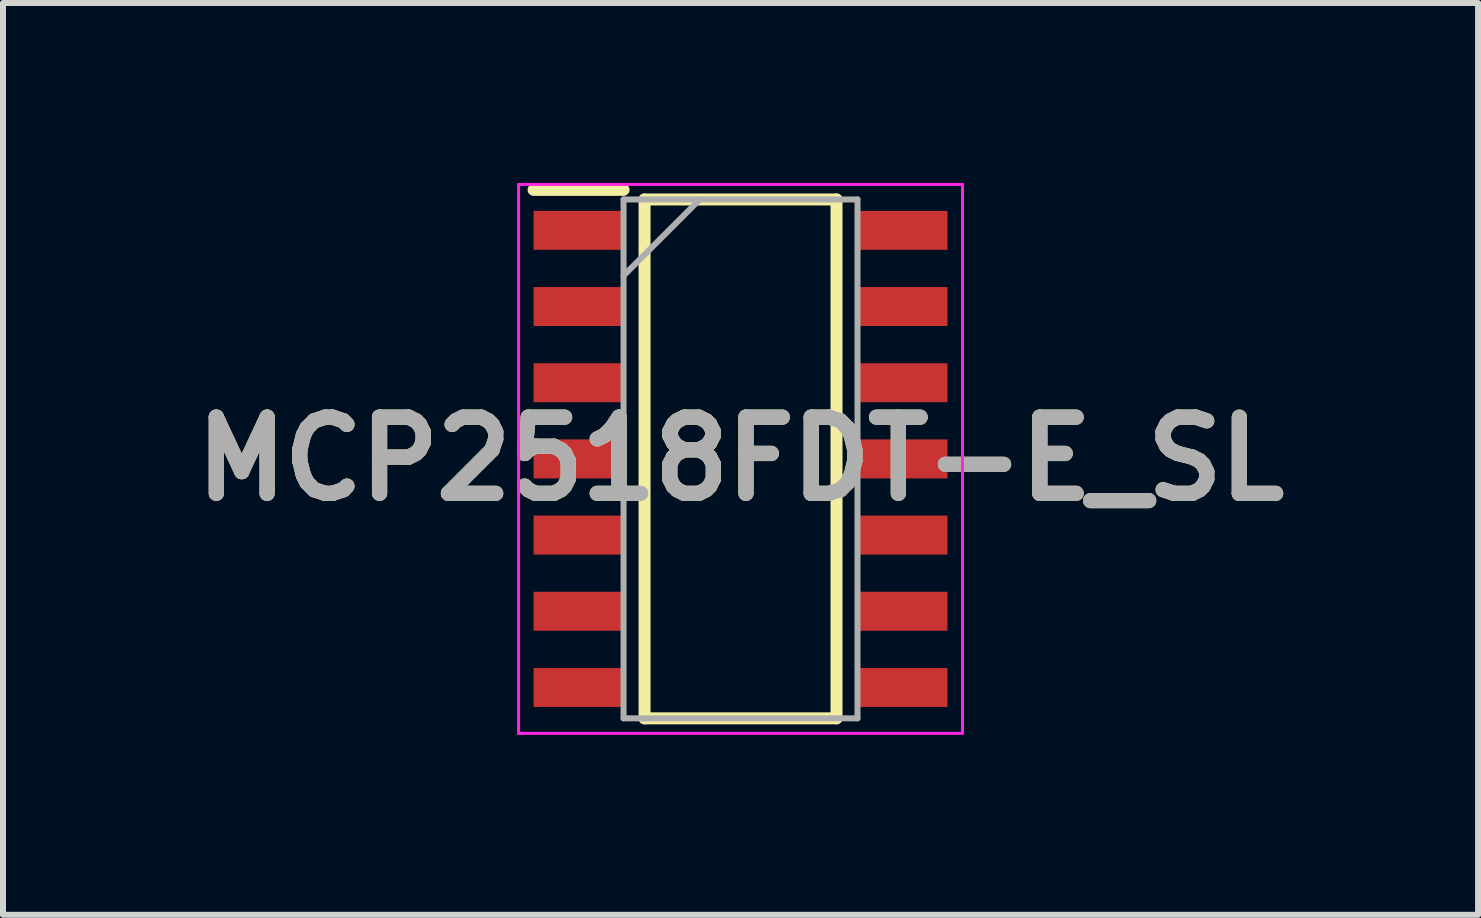
<source format=kicad_pcb>
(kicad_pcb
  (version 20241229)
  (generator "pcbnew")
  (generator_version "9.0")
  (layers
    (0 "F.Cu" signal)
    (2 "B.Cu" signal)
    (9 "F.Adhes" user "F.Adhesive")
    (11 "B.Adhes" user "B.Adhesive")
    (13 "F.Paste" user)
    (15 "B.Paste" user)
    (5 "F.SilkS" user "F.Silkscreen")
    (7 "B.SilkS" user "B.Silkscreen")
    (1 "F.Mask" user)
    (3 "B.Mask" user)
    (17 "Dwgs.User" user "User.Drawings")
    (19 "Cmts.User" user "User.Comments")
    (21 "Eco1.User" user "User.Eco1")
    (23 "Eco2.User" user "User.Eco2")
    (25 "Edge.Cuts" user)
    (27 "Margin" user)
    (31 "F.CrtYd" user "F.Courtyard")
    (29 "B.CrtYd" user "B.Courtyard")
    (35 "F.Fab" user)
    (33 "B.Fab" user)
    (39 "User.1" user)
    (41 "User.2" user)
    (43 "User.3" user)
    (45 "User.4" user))
  (footprint "MCP2518FDT-E_SL"
    (layer "F.Cu")
    (at 9.295 4.6)
    (property "Reference" "MCP2518FDT-E_SL" (at 0 0 0) (layer "F.SilkS") (effects (font (size 1.27 1.27) (thickness 0.254))))
    (attr smd)
    (fp_line (start -3.45 -4.485) (end -1.95 -4.485) (stroke (width 0.2) (type solid)) (layer "F.SilkS"))
    (fp_line (start -1.6 -4.325) (end 1.6 -4.325) (stroke (width 0.2) (type solid)) (layer "F.SilkS"))
    (fp_line (start -1.6 4.325) (end -1.6 -4.325) (stroke (width 0.2) (type solid)) (layer "F.SilkS"))
    (fp_line (start 1.6 -4.325) (end 1.6 4.325) (stroke (width 0.2) (type solid)) (layer "F.SilkS"))
    (fp_line (start 1.6 4.325) (end -1.6 4.325) (stroke (width 0.2) (type solid)) (layer "F.SilkS"))
    (fp_line (start -3.7 -4.575) (end 3.7 -4.575) (stroke (width 0.05) (type solid)) (layer "F.CrtYd"))
    (fp_line (start -3.7 4.575) (end -3.7 -4.575) (stroke (width 0.05) (type solid)) (layer "F.CrtYd"))
    (fp_line (start 3.7 -4.575) (end 3.7 4.575) (stroke (width 0.05) (type solid)) (layer "F.CrtYd"))
    (fp_line (start 3.7 4.575) (end -3.7 4.575) (stroke (width 0.05) (type solid)) (layer "F.CrtYd"))
    (fp_line (start -1.95 -4.325) (end 1.95 -4.325) (stroke (width 0.1) (type solid)) (layer "F.Fab"))
    (fp_line (start -1.95 -3.055) (end -0.68 -4.325) (stroke (width 0.1) (type solid)) (layer "F.Fab"))
    (fp_line (start -1.95 4.325) (end -1.95 -4.325) (stroke (width 0.1) (type solid)) (layer "F.Fab"))
    (fp_line (start 1.95 -4.325) (end 1.95 4.325) (stroke (width 0.1) (type solid)) (layer "F.Fab"))
    (fp_line (start 1.95 4.325) (end -1.95 4.325) (stroke (width 0.1) (type solid)) (layer "F.Fab"))
    (fp_text user "${REFERENCE}" (at 0 0 0) (layer "F.Fab") (effects (font (size 1.27 1.27) (thickness 0.254))))
    (pad "1" smd rect (at -2.7 -3.81 90) (size 0.65 1.5) (layers "F.Cu" "F.Mask" "F.Paste"))
    (pad "2" smd rect (at -2.7 -2.54 90) (size 0.65 1.5) (layers "F.Cu" "F.Mask" "F.Paste"))
    (pad "3" smd rect (at -2.7 -1.27 90) (size 0.65 1.5) (layers "F.Cu" "F.Mask" "F.Paste"))
    (pad "4" smd rect (at -2.7 0 90) (size 0.65 1.5) (layers "F.Cu" "F.Mask" "F.Paste"))
    (pad "5" smd rect (at -2.7 1.27 90) (size 0.65 1.5) (layers "F.Cu" "F.Mask" "F.Paste"))
    (pad "6" smd rect (at -2.7 2.54 90) (size 0.65 1.5) (layers "F.Cu" "F.Mask" "F.Paste"))
    (pad "7" smd rect (at -2.7 3.81 90) (size 0.65 1.5) (layers "F.Cu" "F.Mask" "F.Paste"))
    (pad "8" smd rect (at 2.7 3.81 90) (size 0.65 1.5) (layers "F.Cu" "F.Mask" "F.Paste"))
    (pad "9" smd rect (at 2.7 2.54 90) (size 0.65 1.5) (layers "F.Cu" "F.Mask" "F.Paste"))
    (pad "10" smd rect (at 2.7 1.27 90) (size 0.65 1.5) (layers "F.Cu" "F.Mask" "F.Paste"))
    (pad "11" smd rect (at 2.7 0 90) (size 0.65 1.5) (layers "F.Cu" "F.Mask" "F.Paste"))
    (pad "12" smd rect (at 2.7 -1.27 90) (size 0.65 1.5) (layers "F.Cu" "F.Mask" "F.Paste"))
    (pad "13" smd rect (at 2.7 -2.54 90) (size 0.65 1.5) (layers "F.Cu" "F.Mask" "F.Paste"))
    (pad "14" smd rect (at 2.7 -3.81 90) (size 0.65 1.5) (layers "F.Cu" "F.Mask" "F.Paste")))
  (gr_rect
    (start -3 -3)
    (end 21.59 12.2)
    (stroke (width 0.1) (type default))
    (fill no)
    (layer "Edge.Cuts")))
</source>
